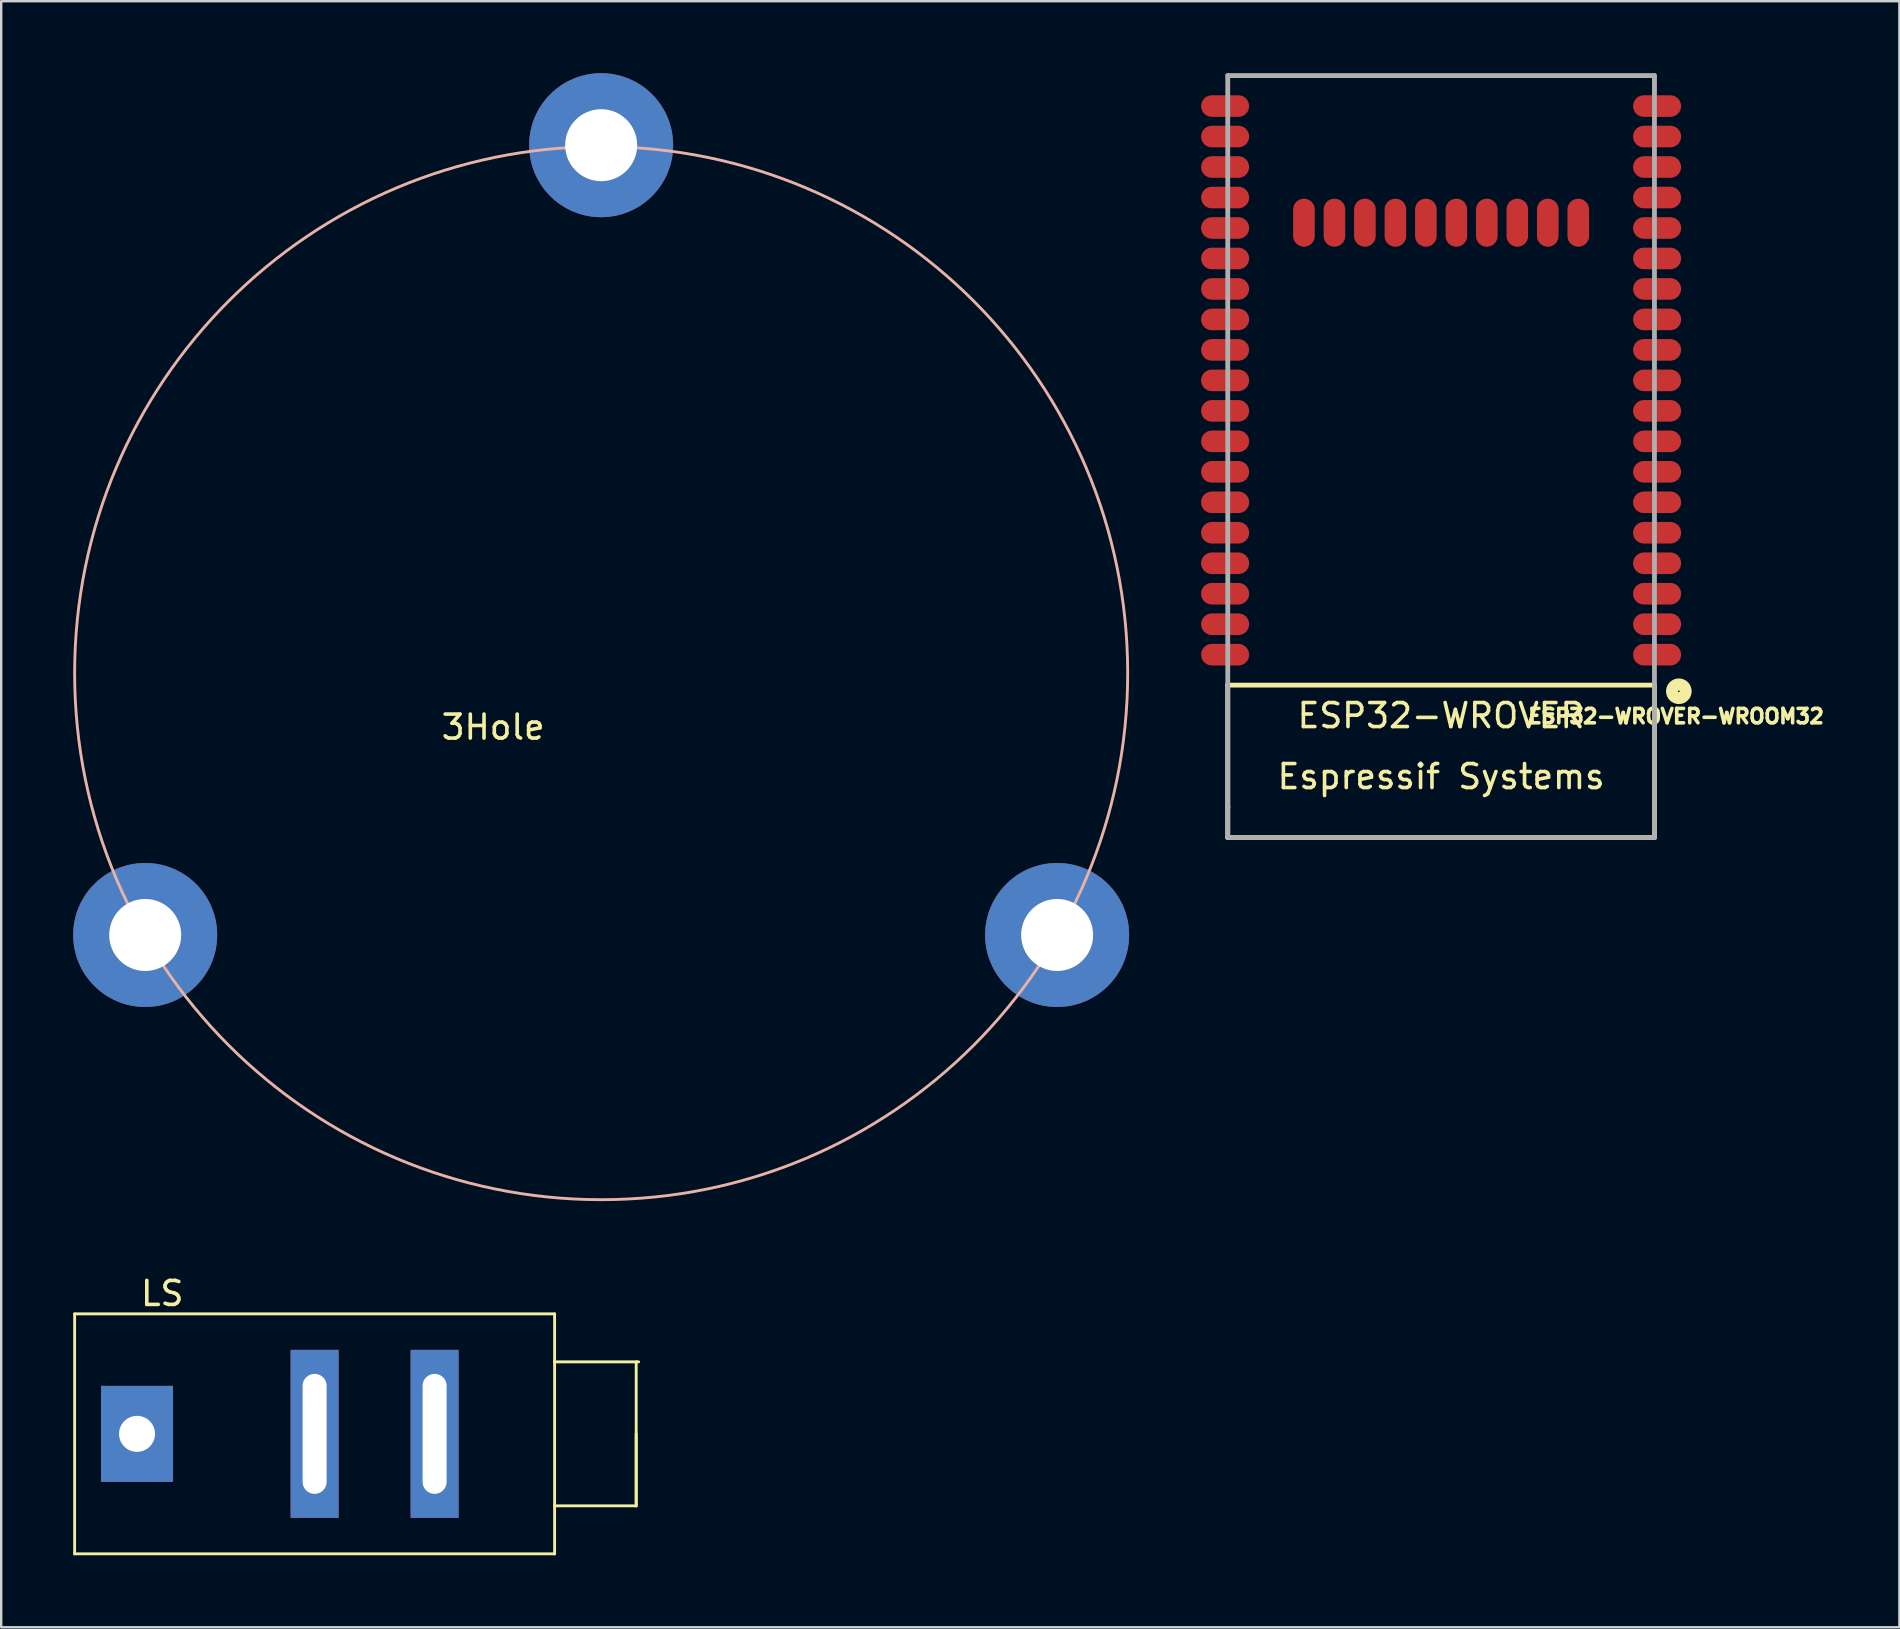
<source format=kicad_pcb>
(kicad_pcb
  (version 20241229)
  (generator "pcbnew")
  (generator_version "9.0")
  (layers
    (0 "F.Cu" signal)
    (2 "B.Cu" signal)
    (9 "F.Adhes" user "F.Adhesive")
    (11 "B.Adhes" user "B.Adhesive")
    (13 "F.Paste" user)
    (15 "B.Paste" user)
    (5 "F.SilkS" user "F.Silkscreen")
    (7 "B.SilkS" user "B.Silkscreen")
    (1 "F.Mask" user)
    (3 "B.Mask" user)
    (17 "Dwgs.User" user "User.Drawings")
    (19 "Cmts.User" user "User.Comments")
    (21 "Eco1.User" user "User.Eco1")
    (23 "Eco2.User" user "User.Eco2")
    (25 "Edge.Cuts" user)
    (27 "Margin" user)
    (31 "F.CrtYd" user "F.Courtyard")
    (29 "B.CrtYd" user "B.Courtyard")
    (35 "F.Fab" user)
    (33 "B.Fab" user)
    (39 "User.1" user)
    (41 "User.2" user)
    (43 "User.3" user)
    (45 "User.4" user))
  (footprint "LS"
    (layer "F.Cu")
    (at 10.06 56.698)
    (property "Reference" "LS" (at -6.35 -5.85 0) (layer "F.SilkS") (effects (font (size 1 1) (thickness 0.15))))
    (attr through_hole)
    (fp_line (start -10 -5) (end 10 -5) (stroke (width 0.12) (type solid)) (layer "F.SilkS"))
    (fp_line (start -10 5) (end -10 -5) (stroke (width 0.12) (type solid)) (layer "F.SilkS"))
    (fp_line (start 10 -5) (end 10 5) (stroke (width 0.12) (type solid)) (layer "F.SilkS"))
    (fp_line (start 10 5) (end -10 5) (stroke (width 0.12) (type solid)) (layer "F.SilkS"))
    (fp_line (start 13.4 0) (end 13.4 3) (stroke (width 0.12) (type solid)) (layer "F.SilkS"))
    (fp_line (start 13.4 3) (end 10 3) (stroke (width 0.12) (type solid)) (layer "F.SilkS"))
    (fp_line (start 13.4 3) (end 13.4 -3) (stroke (width 0.12) (type solid)) (layer "F.SilkS"))
    (fp_line (start 13.5 -3) (end 10 -3) (stroke (width 0.12) (type solid)) (layer "F.SilkS"))
    (pad "1" thru_hole rect (at -7.4 0) (size 3 4) (drill oval 1.5) (layers "*.Cu" "*.Mask"))
    (pad "2" thru_hole rect (at 0 0) (size 2 7) (drill oval 1 5) (layers "*.Cu" "*.Mask"))
    (pad "3" thru_hole rect (at 5 0) (size 2 7) (drill oval 1 5) (layers "*.Cu" "*.Mask")))
  (footprint "ESP32-WROVER-WROOM32"
    (layer "F.Cu")
    (at 57 14.07)
    (property "Reference" "ESP32-WROVER-WROOM32" (at 9.789 12.728 0) (layer "F.SilkS") (effects (font (size 0.6 0.6) (thickness 0.15))))
    (attr through_hole)
    (fp_line (start -8.89 -13.97) (end 8.89 -13.97) (stroke (width 0.15) (type solid)) (layer "F.SilkS"))
    (fp_line (start -8.89 -13.208) (end -8.89 -13.97) (stroke (width 0.15) (type solid)) (layer "F.SilkS"))
    (fp_line (start -8.89 11.43) (end -8.89 11.43) (stroke (width 0.2) (type solid)) (layer "F.SilkS"))
    (fp_line (start -8.89 11.43) (end -8.89 11.43) (stroke (width 0.2) (type solid)) (layer "F.SilkS"))
    (fp_line (start -8.89 11.43) (end 8.89 11.43) (stroke (width 0.2) (type solid)) (layer "F.SilkS"))
    (fp_line (start -8.89 17.78) (end -8.89 11.43) (stroke (width 0.2) (type solid)) (layer "F.SilkS"))
    (fp_line (start 8.89 -13.97) (end 8.89 -13.208) (stroke (width 0.15) (type solid)) (layer "F.SilkS"))
    (fp_line (start 8.89 11.43) (end 8.89 17.78) (stroke (width 0.2) (type solid)) (layer "F.SilkS"))
    (fp_line (start 8.89 17.78) (end -8.89 17.78) (stroke (width 0.2) (type solid)) (layer "F.SilkS"))
    (fp_circle (center 9.906 11.684) (end 10.033 11.938) (stroke (width 0.5) (type solid)) (fill no) (layer "F.SilkS"))
    (fp_line (start -8.89 -13.97) (end -8.89 16.51) (stroke (width 0.2) (type solid)) (layer "F.Fab"))
    (fp_line (start -8.89 16.51) (end -8.89 16.51) (stroke (width 0.2) (type solid)) (layer "F.Fab"))
    (fp_line (start -8.89 16.51) (end -8.89 16.51) (stroke (width 0.2) (type solid)) (layer "F.Fab"))
    (fp_line (start -8.89 16.51) (end -8.89 16.51) (stroke (width 0.2) (type solid)) (layer "F.Fab"))
    (fp_line (start -8.89 16.51) (end -8.89 16.51) (stroke (width 0.2) (type solid)) (layer "F.Fab"))
    (fp_line (start -8.89 16.51) (end -8.89 16.51) (stroke (width 0.2) (type solid)) (layer "F.Fab"))
    (fp_line (start -8.89 17.78) (end -8.89 16.51) (stroke (width 0.2) (type solid)) (layer "F.Fab"))
    (fp_line (start 8.89 -13.97) (end -8.89 -13.97) (stroke (width 0.2) (type solid)) (layer "F.Fab"))
    (fp_line (start 8.89 16.51) (end 8.89 -13.97) (stroke (width 0.2) (type solid)) (layer "F.Fab"))
    (fp_line (start 8.89 16.51) (end 8.89 17.78) (stroke (width 0.2) (type solid)) (layer "F.Fab"))
    (fp_line (start 8.89 17.78) (end -8.89 17.78) (stroke (width 0.2) (type solid)) (layer "F.Fab"))
    (fp_text user "Espressif Systems" (at 0 15.24 0) (layer "F.SilkS") (effects (font (size 1 1) (thickness 0.15))))
    (fp_text user "ESP32-WROVER" (at 0 12.7 0) (layer "F.SilkS") (effects (font (size 1 1) (thickness 0.15))))
    (pad "1" smd oval (at 9 10.16) (size 2 0.9) (layers "F.Cu" "F.Mask" "F.Paste"))
    (pad "2" smd oval (at 9 8.89) (size 2 0.9) (layers "F.Cu" "F.Mask" "F.Paste"))
    (pad "3" smd oval (at 9 7.62) (size 2 0.9) (layers "F.Cu" "F.Mask" "F.Paste"))
    (pad "4" smd oval (at 9 6.35) (size 2 0.9) (layers "F.Cu" "F.Mask" "F.Paste"))
    (pad "5" smd oval (at 9 5.08) (size 2 0.9) (layers "F.Cu" "F.Mask" "F.Paste"))
    (pad "6" smd oval (at 9 3.81) (size 2 0.9) (layers "F.Cu" "F.Mask" "F.Paste"))
    (pad "7" smd oval (at 9 2.54) (size 2 0.9) (layers "F.Cu" "F.Mask" "F.Paste"))
    (pad "8" smd oval (at 9 1.27) (size 2 0.9) (layers "F.Cu" "F.Mask" "F.Paste"))
    (pad "9" smd oval (at 9 0) (size 2 0.9) (layers "F.Cu" "F.Mask" "F.Paste"))
    (pad "10" smd oval (at 9 -1.27) (size 2 0.9) (layers "F.Cu" "F.Mask" "F.Paste"))
    (pad "11" smd oval (at 9 -2.54) (size 2 0.9) (layers "F.Cu" "F.Mask" "F.Paste"))
    (pad "12" smd oval (at 9 -3.81) (size 2 0.9) (layers "F.Cu" "F.Mask" "F.Paste"))
    (pad "13" smd oval (at 9 -5.08) (size 2 0.9) (layers "F.Cu" "F.Mask" "F.Paste"))
    (pad "14" smd oval (at 9 -6.35) (size 2 0.9) (layers "F.Cu" "F.Mask" "F.Paste"))
    (pad "15" smd oval (at 5.715 -7.84 90) (size 2 0.9) (layers "F.Cu" "F.Mask" "F.Paste"))
    (pad "15" smd oval (at 9 -7.62) (size 2 0.9) (layers "F.Cu" "F.Mask" "F.Paste"))
    (pad "16" smd oval (at 4.445 -7.84 90) (size 2 0.9) (layers "F.Cu" "F.Mask" "F.Paste"))
    (pad "16" smd oval (at 9 -8.89) (size 2 0.9) (layers "F.Cu" "F.Mask" "F.Paste"))
    (pad "17" smd oval (at 3.175 -7.84 90) (size 2 0.9) (layers "F.Cu" "F.Mask" "F.Paste"))
    (pad "17" smd oval (at 9 -10.16) (size 2 0.9) (layers "F.Cu" "F.Mask" "F.Paste"))
    (pad "18" smd oval (at 1.905 -7.84 90) (size 2 0.9) (layers "F.Cu" "F.Mask" "F.Paste"))
    (pad "18" smd oval (at 9 -11.43) (size 2 0.9) (layers "F.Cu" "F.Mask" "F.Paste"))
    (pad "19" smd oval (at 0.635 -7.84 90) (size 2 0.9) (layers "F.Cu" "F.Mask" "F.Paste"))
    (pad "19" smd oval (at 9 -12.7) (size 2 0.9) (layers "F.Cu" "F.Mask" "F.Paste"))
    (pad "20" smd oval (at -9 -12.7) (size 2 0.9) (layers "F.Cu" "F.Mask" "F.Paste"))
    (pad "20" smd oval (at -0.635 -7.84 90) (size 2 0.9) (layers "F.Cu" "F.Mask" "F.Paste"))
    (pad "21" smd oval (at -9 -11.43) (size 2 0.9) (layers "F.Cu" "F.Mask" "F.Paste"))
    (pad "21" smd oval (at -1.905 -7.84 90) (size 2 0.9) (layers "F.Cu" "F.Mask" "F.Paste"))
    (pad "22" smd oval (at -9 -10.16) (size 2 0.9) (layers "F.Cu" "F.Mask" "F.Paste"))
    (pad "22" smd oval (at -3.175 -7.84 90) (size 2 0.9) (layers "F.Cu" "F.Mask" "F.Paste"))
    (pad "23" smd oval (at -9 -8.89) (size 2 0.9) (layers "F.Cu" "F.Mask" "F.Paste"))
    (pad "23" smd oval (at -4.445 -7.84 90) (size 2 0.9) (layers "F.Cu" "F.Mask" "F.Paste"))
    (pad "24" smd oval (at -9 -7.62) (size 2 0.9) (layers "F.Cu" "F.Mask" "F.Paste"))
    (pad "24" smd oval (at -5.715 -7.84 90) (size 2 0.9) (layers "F.Cu" "F.Mask" "F.Paste"))
    (pad "25" smd oval (at -9 -6.35) (size 2 0.9) (layers "F.Cu" "F.Mask" "F.Paste"))
    (pad "26" smd oval (at -9 -5.08) (size 2 0.9) (layers "F.Cu" "F.Mask" "F.Paste"))
    (pad "27" smd oval (at -9 -3.81) (size 2 0.9) (layers "F.Cu" "F.Mask" "F.Paste"))
    (pad "28" smd oval (at -9 -2.54) (size 2 0.9) (layers "F.Cu" "F.Mask" "F.Paste"))
    (pad "29" smd oval (at -9 -1.27) (size 2 0.9) (layers "F.Cu" "F.Mask" "F.Paste"))
    (pad "30" smd oval (at -9 0) (size 2 0.9) (layers "F.Cu" "F.Mask" "F.Paste"))
    (pad "31" smd oval (at -9 1.27) (size 2 0.9) (layers "F.Cu" "F.Mask" "F.Paste"))
    (pad "32" smd oval (at -9 2.54) (size 2 0.9) (layers "F.Cu" "F.Mask" "F.Paste"))
    (pad "33" smd oval (at -9 3.81) (size 2 0.9) (layers "F.Cu" "F.Mask" "F.Paste"))
    (pad "34" smd oval (at -9 5.08) (size 2 0.9) (layers "F.Cu" "F.Mask" "F.Paste"))
    (pad "35" smd oval (at -9 6.35) (size 2 0.9) (layers "F.Cu" "F.Mask" "F.Paste"))
    (pad "36" smd oval (at -9 7.62) (size 2 0.9) (layers "F.Cu" "F.Mask" "F.Paste"))
    (pad "37" smd oval (at -9 8.89) (size 2 0.9) (layers "F.Cu" "F.Mask" "F.Paste"))
    (pad "38" smd oval (at -9 10.16) (size 2 0.9) (layers "F.Cu" "F.Mask" "F.Paste")))
  (footprint "3Hole"
    (layer "F.Cu")
    (at 22 25)
    (property "Reference" "3Hole" (at -4.5 2.25 0) (layer "F.SilkS") (effects (font (size 1 1) (thickness 0.15))))
    (attr through_hole)
    (fp_circle (center 0 0) (end 21.94 0) (stroke (width 0.12) (type solid)) (fill no) (layer "B.SilkS"))
    (pad "1" thru_hole circle (at 0 -22) (size 6 6) (drill 3) (layers "*.Cu" "*.Mask"))
    (pad "2" thru_hole circle (at -19 10.91) (size 6 6) (drill 3) (layers "*.Cu" "*.Mask"))
    (pad "3" thru_hole circle (at 19 10.91) (size 6 6) (drill 3) (layers "*.Cu" "*.Mask")))
  (gr_rect
    (start -3 -3)
    (end 76.097 64.758)
    (stroke (width 0.1) (type default))
    (fill no)
    (layer "Edge.Cuts")))
</source>
